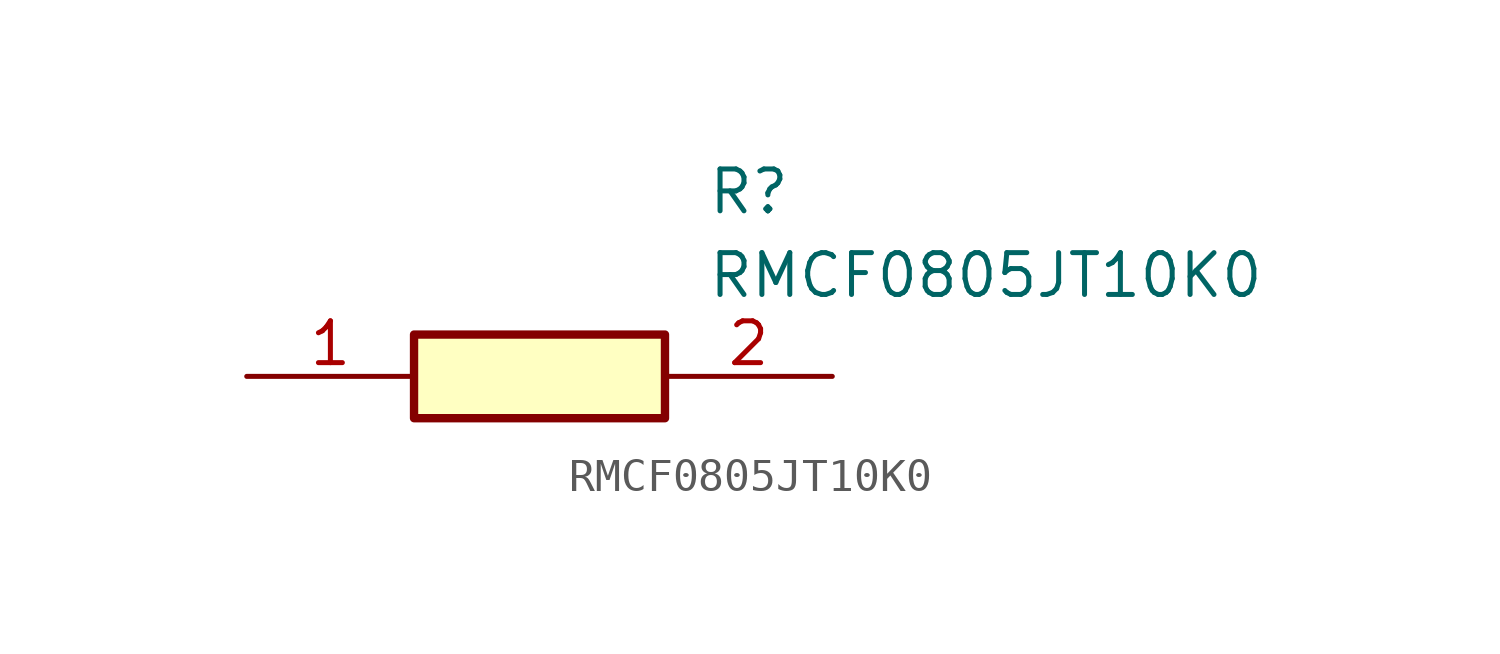
<source format=kicad_sym>
(kicad_symbol_lib
  (version 20211014)
  (generator SamacSys_ECAD_Model)
  (symbol "RMCF0805JT10K0"
    (pin_names hide)
    (property "Reference" "R"
      (at 13.97 6.35 0)
      (effects (font (size 1.27 1.27)) (justify left top)))
    (property "Value" "RMCF0805JT10K0"
      (at 13.97 3.81 0)
      (effects (font (size 1.27 1.27)) (justify left top)))
    (rectangle
      (start 5.08 1.27)
      (end 12.7 -1.27)
      (stroke (width 0.254) (type default))
      (fill (type background)))
    (pin passive line
      (at 0 0 0)
      (length 5.08)
      (name "1" (effects (font (size 1.27 1.27))))
      (number "1" (effects (font (size 1.27 1.27)))))
    (pin passive line
      (at 17.78 0 180)
      (length 5.08)
      (name "2" (effects (font (size 1.27 1.27))))
      (number "2" (effects (font (size 1.27 1.27)))))))
</source>
